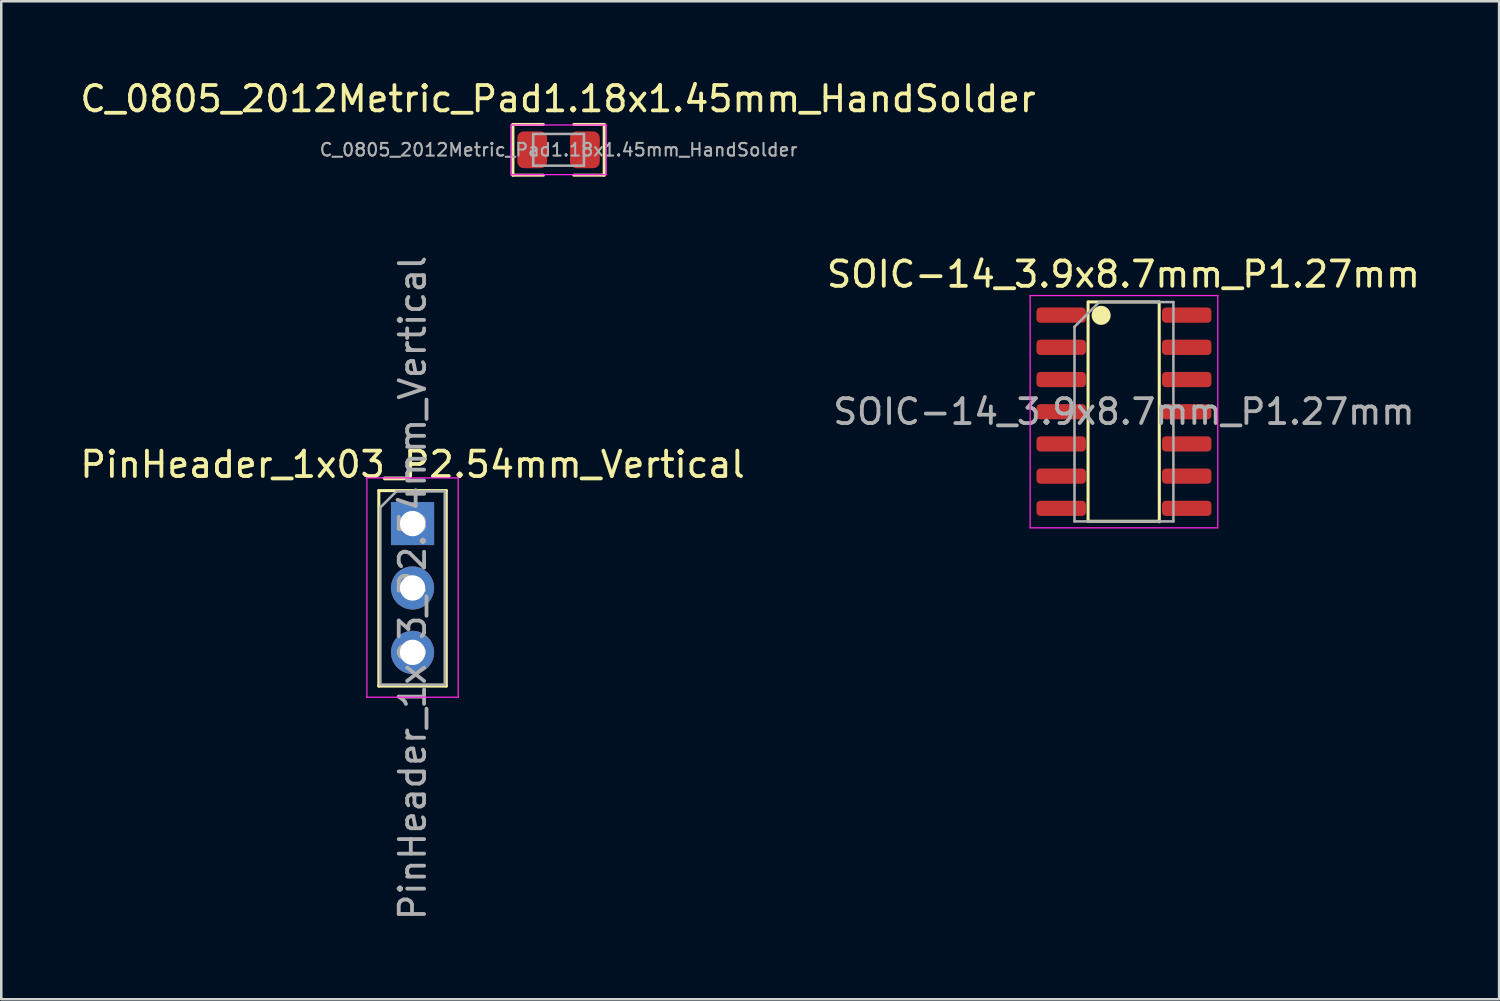
<source format=kicad_pcb>
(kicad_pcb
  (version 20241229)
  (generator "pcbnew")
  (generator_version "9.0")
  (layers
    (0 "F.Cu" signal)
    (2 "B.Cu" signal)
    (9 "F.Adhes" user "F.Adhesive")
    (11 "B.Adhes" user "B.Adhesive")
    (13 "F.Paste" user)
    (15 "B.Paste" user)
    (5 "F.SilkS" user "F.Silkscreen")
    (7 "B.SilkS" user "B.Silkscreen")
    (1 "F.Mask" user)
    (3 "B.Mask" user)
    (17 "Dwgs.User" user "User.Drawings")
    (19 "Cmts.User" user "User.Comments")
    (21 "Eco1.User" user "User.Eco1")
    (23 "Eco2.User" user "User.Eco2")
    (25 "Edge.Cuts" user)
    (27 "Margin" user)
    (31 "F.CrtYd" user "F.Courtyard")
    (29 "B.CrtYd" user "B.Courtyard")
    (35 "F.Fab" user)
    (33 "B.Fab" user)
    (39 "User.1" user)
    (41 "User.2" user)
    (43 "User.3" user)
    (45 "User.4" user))
  (footprint "SOIC-14_3.9x8.7mm_P1.27mm"
    (layer "F.Cu")
    (at 41.276 13.187)
    (property "Reference" "SOIC-14_3.9x8.7mm_P1.27mm" (at -0.02 -5.42 0) (layer "F.SilkS") (effects (font (size 1 1) (thickness 0.15))))
    (attr smd)
    (fp_line (start -1.415 4.319) (end -1.415 -4.33) (stroke (width 0.12) (type solid)) (layer "F.SilkS"))
    (fp_line (start 1.39 -4.33) (end -1.4 -4.33) (stroke (width 0.12) (type solid)) (layer "F.SilkS"))
    (fp_line (start 1.39 -4.32) (end 1.395 4.34) (stroke (width 0.12) (type solid)) (layer "F.SilkS"))
    (fp_line (start 1.395 4.321) (end -1.415 4.319) (stroke (width 0.12) (type solid)) (layer "F.SilkS"))
    (fp_circle (center -0.9 -3.8) (end -0.584 -3.8) (stroke (width 0.12) (type solid)) (fill yes) (layer "F.SilkS"))
    (fp_line (start -3.7 -4.58) (end -3.7 4.58) (stroke (width 0.05) (type solid)) (layer "F.CrtYd"))
    (fp_line (start -3.7 4.58) (end 3.7 4.58) (stroke (width 0.05) (type solid)) (layer "F.CrtYd"))
    (fp_line (start 3.7 -4.58) (end -3.7 -4.58) (stroke (width 0.05) (type solid)) (layer "F.CrtYd"))
    (fp_line (start 3.7 4.58) (end 3.7 -4.58) (stroke (width 0.05) (type solid)) (layer "F.CrtYd"))
    (fp_line (start -1.95 -3.35) (end -0.975 -4.325) (stroke (width 0.1) (type solid)) (layer "F.Fab"))
    (fp_line (start -1.95 4.325) (end -1.95 -3.35) (stroke (width 0.1) (type solid)) (layer "F.Fab"))
    (fp_line (start -0.975 -4.325) (end 1.95 -4.325) (stroke (width 0.1) (type solid)) (layer "F.Fab"))
    (fp_line (start 1.95 -4.325) (end 1.95 4.325) (stroke (width 0.1) (type solid)) (layer "F.Fab"))
    (fp_line (start 1.95 4.325) (end -1.95 4.325) (stroke (width 0.1) (type solid)) (layer "F.Fab"))
    (fp_text user "${REFERENCE}" (at 0 0 0) (layer "F.Fab") (effects (font (size 0.98 0.98) (thickness 0.15))))
    (pad "1" smd roundrect (at -2.475 -3.81) (size 1.95 0.6) (layers "F.Cu" "F.Mask" "F.Paste") (roundrect_rratio 0.25))
    (pad "2" smd roundrect (at -2.475 -2.54) (size 1.95 0.6) (layers "F.Cu" "F.Mask" "F.Paste") (roundrect_rratio 0.25))
    (pad "3" smd roundrect (at -2.475 -1.27) (size 1.95 0.6) (layers "F.Cu" "F.Mask" "F.Paste") (roundrect_rratio 0.25))
    (pad "4" smd roundrect (at -2.475 0) (size 1.95 0.6) (layers "F.Cu" "F.Mask" "F.Paste") (roundrect_rratio 0.25))
    (pad "5" smd roundrect (at -2.475 1.27) (size 1.95 0.6) (layers "F.Cu" "F.Mask" "F.Paste") (roundrect_rratio 0.25))
    (pad "6" smd roundrect (at -2.475 2.54) (size 1.95 0.6) (layers "F.Cu" "F.Mask" "F.Paste") (roundrect_rratio 0.25))
    (pad "7" smd roundrect (at -2.475 3.81) (size 1.95 0.6) (layers "F.Cu" "F.Mask" "F.Paste") (roundrect_rratio 0.25))
    (pad "8" smd roundrect (at 2.475 3.81) (size 1.95 0.6) (layers "F.Cu" "F.Mask" "F.Paste") (roundrect_rratio 0.25))
    (pad "9" smd roundrect (at 2.475 2.54) (size 1.95 0.6) (layers "F.Cu" "F.Mask" "F.Paste") (roundrect_rratio 0.25))
    (pad "10" smd roundrect (at 2.475 1.27) (size 1.95 0.6) (layers "F.Cu" "F.Mask" "F.Paste") (roundrect_rratio 0.25))
    (pad "11" smd roundrect (at 2.475 0) (size 1.95 0.6) (layers "F.Cu" "F.Mask" "F.Paste") (roundrect_rratio 0.25))
    (pad "12" smd roundrect (at 2.475 -1.27) (size 1.95 0.6) (layers "F.Cu" "F.Mask" "F.Paste") (roundrect_rratio 0.25))
    (pad "13" smd roundrect (at 2.475 -2.54) (size 1.95 0.6) (layers "F.Cu" "F.Mask" "F.Paste") (roundrect_rratio 0.25))
    (pad "14" smd roundrect (at 2.475 -3.81) (size 1.95 0.6) (layers "F.Cu" "F.Mask" "F.Paste") (roundrect_rratio 0.25)))
  (footprint "C_0805_2012Metric_Pad1.18x1.45mm_HandSolder"
    (layer "F.Cu")
    (at 18.978 2.858)
    (property "Reference" "C_0805_2012Metric_Pad1.18x1.45mm_HandSolder" (at -0.02 -2.01 0) (layer "F.SilkS") (effects (font (size 1 1) (thickness 0.15))))
    (attr smd)
    (fp_line (start -1.8 -1) (end -1.8 1) (stroke (width 0.12) (type solid)) (layer "F.SilkS"))
    (fp_line (start -1.8 1) (end -0.6 1) (stroke (width 0.12) (type solid)) (layer "F.SilkS"))
    (fp_line (start -0.6 -1) (end -1.8 -1) (stroke (width 0.12) (type solid)) (layer "F.SilkS"))
    (fp_line (start 0.6 -1) (end 1.8 -1) (stroke (width 0.12) (type solid)) (layer "F.SilkS"))
    (fp_line (start 1.8 -1) (end 1.8 1) (stroke (width 0.12) (type solid)) (layer "F.SilkS"))
    (fp_line (start 1.8 1) (end 0.6 1) (stroke (width 0.12) (type solid)) (layer "F.SilkS"))
    (fp_line (start -1.88 -0.98) (end 1.88 -0.98) (stroke (width 0.05) (type solid)) (layer "F.CrtYd"))
    (fp_line (start -1.88 0.98) (end -1.88 -0.98) (stroke (width 0.05) (type solid)) (layer "F.CrtYd"))
    (fp_line (start 1.88 -0.98) (end 1.88 0.98) (stroke (width 0.05) (type solid)) (layer "F.CrtYd"))
    (fp_line (start 1.88 0.98) (end -1.88 0.98) (stroke (width 0.05) (type solid)) (layer "F.CrtYd"))
    (fp_line (start -1 -0.625) (end 1 -0.625) (stroke (width 0.1) (type solid)) (layer "F.Fab"))
    (fp_line (start -1 0.625) (end -1 -0.625) (stroke (width 0.1) (type solid)) (layer "F.Fab"))
    (fp_line (start 1 -0.625) (end 1 0.625) (stroke (width 0.1) (type solid)) (layer "F.Fab"))
    (fp_line (start 1 0.625) (end -1 0.625) (stroke (width 0.1) (type solid)) (layer "F.Fab"))
    (fp_text user "${REFERENCE}" (at 0 0 0) (layer "F.Fab") (effects (font (size 0.5 0.5) (thickness 0.08))))
    (pad "1" smd roundrect (at -1.038 0) (size 1.175 1.45) (layers "F.Cu" "F.Mask" "F.Paste") (roundrect_rratio 0.213))
    (pad "2" smd roundrect (at 1.038 0) (size 1.175 1.45) (layers "F.Cu" "F.Mask" "F.Paste") (roundrect_rratio 0.213)))
  (footprint "PinHeader_1x03_P2.54mm_Vertical"
    (layer "F.Cu")
    (at 13.22 17.598)
    (property "Reference" "PinHeader_1x03_P2.54mm_Vertical" (at 0 -2.33 0) (layer "F.SilkS") (effects (font (size 1 1) (thickness 0.15))))
    (attr through_hole)
    (fp_line (start -1.33 -1.3) (end -1.33 6.41) (stroke (width 0.12) (type solid)) (layer "F.SilkS"))
    (fp_line (start -1.33 -1.3) (end 1.33 -1.3) (stroke (width 0.12) (type solid)) (layer "F.SilkS"))
    (fp_line (start -1.33 6.41) (end 1.33 6.41) (stroke (width 0.12) (type solid)) (layer "F.SilkS"))
    (fp_line (start 1.33 -1.3) (end 1.33 6.41) (stroke (width 0.12) (type solid)) (layer "F.SilkS"))
    (fp_line (start -1.8 -1.8) (end -1.8 6.85) (stroke (width 0.05) (type solid)) (layer "F.CrtYd"))
    (fp_line (start -1.8 6.85) (end 1.8 6.85) (stroke (width 0.05) (type solid)) (layer "F.CrtYd"))
    (fp_line (start 1.8 -1.8) (end -1.8 -1.8) (stroke (width 0.05) (type solid)) (layer "F.CrtYd"))
    (fp_line (start 1.8 6.85) (end 1.8 -1.8) (stroke (width 0.05) (type solid)) (layer "F.CrtYd"))
    (fp_line (start -1.27 -0.635) (end -0.635 -1.27) (stroke (width 0.1) (type solid)) (layer "F.Fab"))
    (fp_line (start -1.27 6.35) (end -1.27 -0.635) (stroke (width 0.1) (type solid)) (layer "F.Fab"))
    (fp_line (start -0.635 -1.27) (end 1.27 -1.27) (stroke (width 0.1) (type solid)) (layer "F.Fab"))
    (fp_line (start 1.27 -1.27) (end 1.27 6.35) (stroke (width 0.1) (type solid)) (layer "F.Fab"))
    (fp_line (start 1.27 6.35) (end -1.27 6.35) (stroke (width 0.1) (type solid)) (layer "F.Fab"))
    (fp_text user "${REFERENCE}" (at 0 2.54 90) (layer "F.Fab") (effects (font (size 1 1) (thickness 0.15))))
    (pad "1" thru_hole rect (at 0 0) (size 1.7 1.7) (drill 1) (layers "*.Cu" "*.Mask"))
    (pad "2" thru_hole oval (at 0 2.54) (size 1.7 1.7) (drill 1) (layers "*.Cu" "*.Mask"))
    (pad "3" thru_hole oval (at 0 5.08) (size 1.7 1.7) (drill 1) (layers "*.Cu" "*.Mask")))
  (gr_rect
    (start -3 -3)
    (end 56.071 36.359)
    (stroke (width 0.1) (type default))
    (fill no)
    (layer "Edge.Cuts")))
</source>
